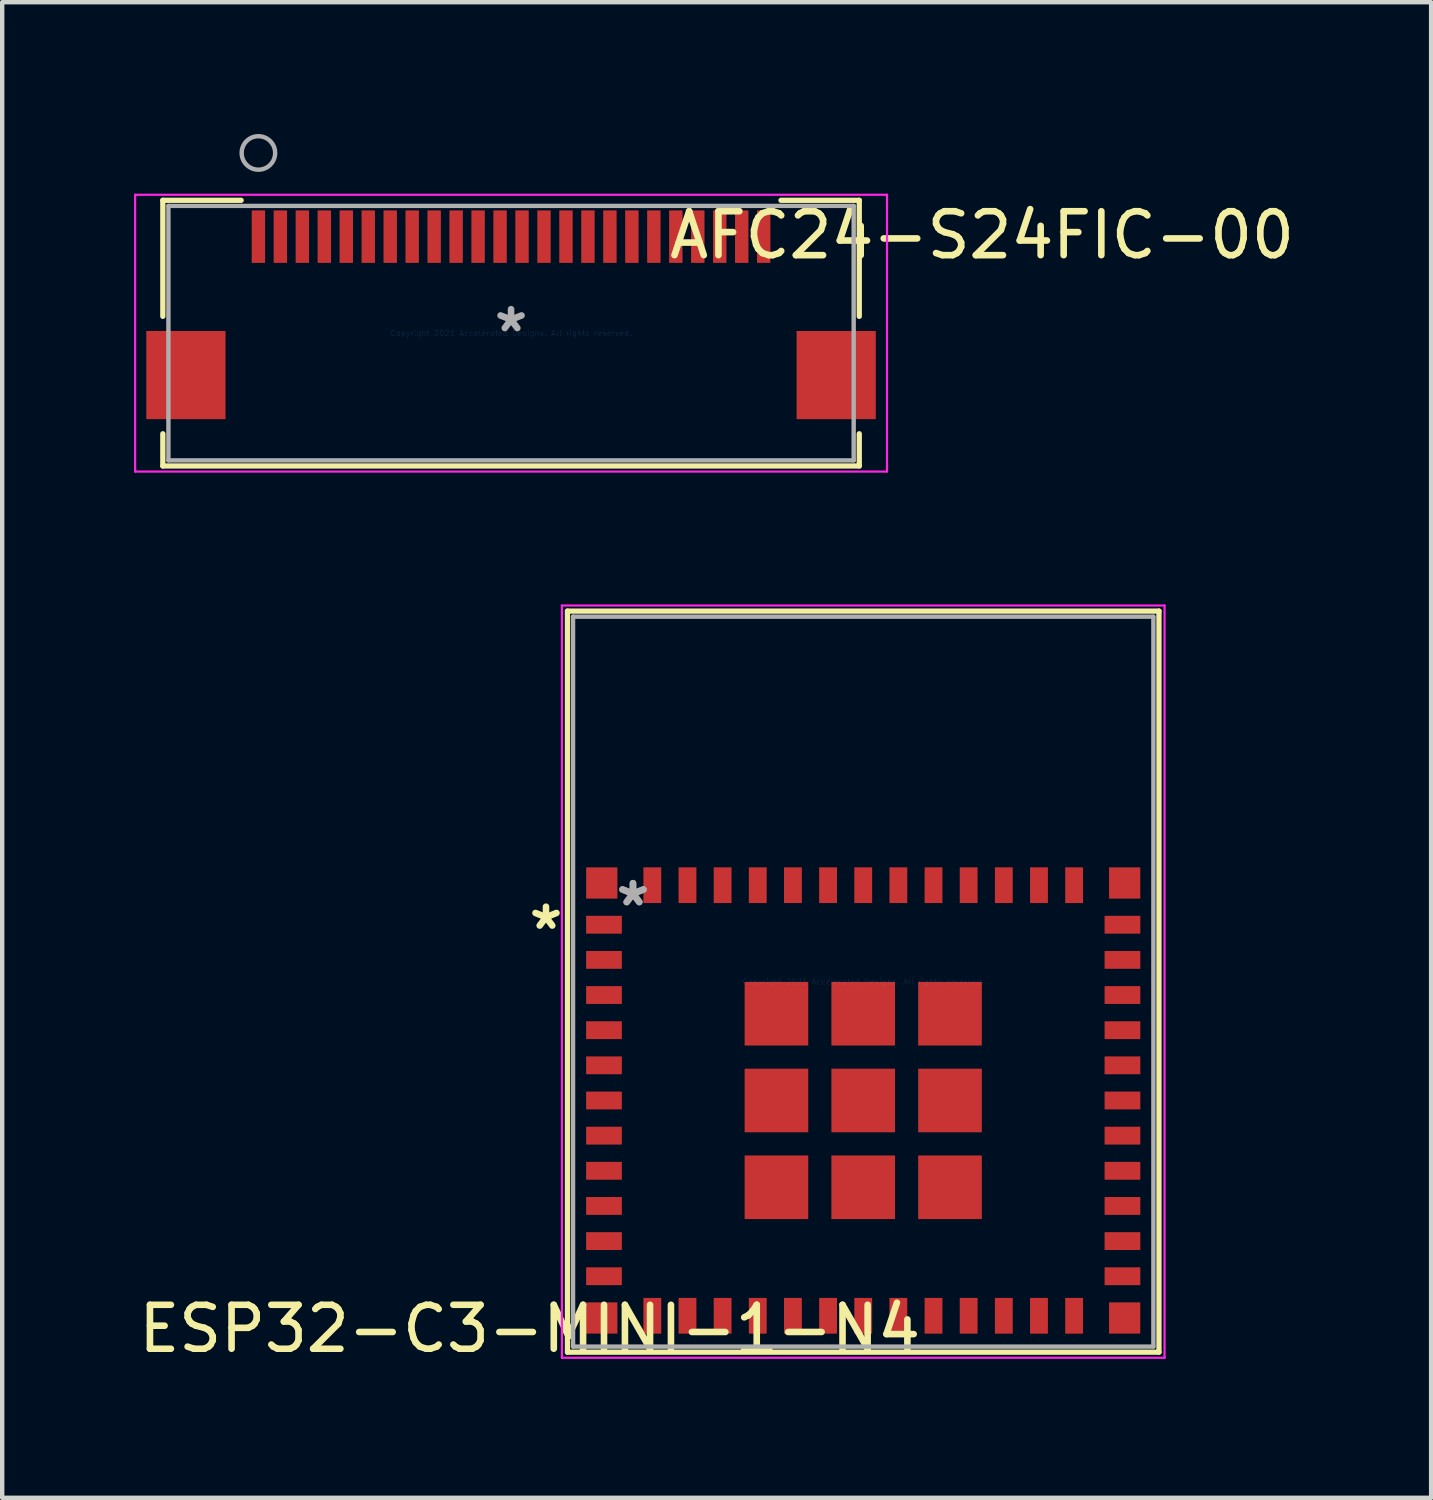
<source format=kicad_pcb>
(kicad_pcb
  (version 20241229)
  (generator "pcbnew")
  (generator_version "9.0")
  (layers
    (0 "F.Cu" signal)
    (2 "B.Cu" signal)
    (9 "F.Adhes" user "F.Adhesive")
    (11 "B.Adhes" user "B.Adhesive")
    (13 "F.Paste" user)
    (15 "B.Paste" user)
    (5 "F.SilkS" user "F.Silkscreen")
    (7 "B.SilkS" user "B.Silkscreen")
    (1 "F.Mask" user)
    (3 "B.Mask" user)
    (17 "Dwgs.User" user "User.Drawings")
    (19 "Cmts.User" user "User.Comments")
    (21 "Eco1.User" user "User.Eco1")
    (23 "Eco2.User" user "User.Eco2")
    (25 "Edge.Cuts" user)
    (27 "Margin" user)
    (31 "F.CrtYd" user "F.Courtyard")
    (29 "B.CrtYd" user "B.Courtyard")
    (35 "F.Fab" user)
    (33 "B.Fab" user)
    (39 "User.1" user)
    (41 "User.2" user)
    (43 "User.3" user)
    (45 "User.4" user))
  (footprint "ESP32-C3-MINI-1-N4"
    (layer "F.Cu")
    (at 16.596 19.291)
    (property "Reference" "ESP32-C3-MINI-1-N4" (at -7.59 7.9 0) (layer "F.SilkS") (effects (font (size 1 1) (thickness 0.15))))
    (attr smd)
    (fp_line (start -6.731 -8.433) (end 6.731 -8.433) (stroke (width 0.12) (type solid)) (layer "F.SilkS"))
    (fp_line (start -6.731 8.433) (end -6.731 -8.433) (stroke (width 0.12) (type solid)) (layer "F.SilkS"))
    (fp_line (start 6.731 -8.433) (end 6.731 8.433) (stroke (width 0.12) (type solid)) (layer "F.SilkS"))
    (fp_line (start 6.731 8.433) (end -6.731 8.433) (stroke (width 0.12) (type solid)) (layer "F.SilkS"))
    (fp_line (start -6.858 -8.56) (end -6.858 8.56) (stroke (width 0.05) (type solid)) (layer "F.CrtYd"))
    (fp_line (start -6.858 8.56) (end 6.858 8.56) (stroke (width 0.05) (type solid)) (layer "F.CrtYd"))
    (fp_line (start 6.858 -8.56) (end -6.858 -8.56) (stroke (width 0.05) (type solid)) (layer "F.CrtYd"))
    (fp_line (start 6.858 8.56) (end 6.858 -8.56) (stroke (width 0.05) (type solid)) (layer "F.CrtYd"))
    (fp_line (start -6.604 -8.306) (end -6.604 8.306) (stroke (width 0.1) (type solid)) (layer "F.Fab"))
    (fp_line (start -6.604 8.306) (end 6.604 8.306) (stroke (width 0.1) (type solid)) (layer "F.Fab"))
    (fp_line (start 6.604 -8.306) (end -6.604 -8.306) (stroke (width 0.1) (type solid)) (layer "F.Fab"))
    (fp_line (start 6.604 8.306) (end 6.604 -8.306) (stroke (width 0.1) (type solid)) (layer "F.Fab"))
    (fp_text user "*" (at -7.22 -1.16 0) (layer "F.SilkS") (effects (font (size 1 1) (thickness 0.15))))
    (fp_text user "Copyright 2021 Accelerated Designs. All rights reserved." (at 0 0 0) (layer "Cmts.User") (effects (font (size 0.127 0.127) (thickness 0.002))))
    (fp_text user "*" (at -5.24 -1.695 0) (layer "F.Fab") (effects (font (size 1 1) (thickness 0.15))))
    (fp_text user "*" (at -5.24 -1.695 0) (layer "F.Fab") (effects (font (size 1 1) (thickness 0.15))))
    (pad "1" smd rect (at -5.9 -1.295 90) (size 0.406 0.813) (layers "F.Cu" "F.Mask" "F.Paste"))
    (pad "2" smd rect (at -5.9 -0.495 90) (size 0.406 0.813) (layers "F.Cu" "F.Mask" "F.Paste"))
    (pad "3" smd rect (at -5.9 0.305 90) (size 0.406 0.813) (layers "F.Cu" "F.Mask" "F.Paste"))
    (pad "4" smd rect (at -5.9 1.105 90) (size 0.406 0.813) (layers "F.Cu" "F.Mask" "F.Paste"))
    (pad "5" smd rect (at -5.9 1.905 90) (size 0.406 0.813) (layers "F.Cu" "F.Mask" "F.Paste"))
    (pad "6" smd rect (at -5.9 2.705 90) (size 0.406 0.813) (layers "F.Cu" "F.Mask" "F.Paste"))
    (pad "7" smd rect (at -5.9 3.505 90) (size 0.406 0.813) (layers "F.Cu" "F.Mask" "F.Paste"))
    (pad "8" smd rect (at -5.9 4.305 90) (size 0.406 0.813) (layers "F.Cu" "F.Mask" "F.Paste"))
    (pad "9" smd rect (at -5.9 5.105 90) (size 0.406 0.813) (layers "F.Cu" "F.Mask" "F.Paste"))
    (pad "10" smd rect (at -5.9 5.905 90) (size 0.406 0.813) (layers "F.Cu" "F.Mask" "F.Paste"))
    (pad "11" smd rect (at -5.9 6.705 90) (size 0.406 0.813) (layers "F.Cu" "F.Mask" "F.Paste"))
    (pad "12" smd rect (at -4.8 7.605) (size 0.406 0.813) (layers "F.Cu" "F.Mask" "F.Paste"))
    (pad "13" smd rect (at -4 7.605) (size 0.406 0.813) (layers "F.Cu" "F.Mask" "F.Paste"))
    (pad "14" smd rect (at -3.2 7.605) (size 0.406 0.813) (layers "F.Cu" "F.Mask" "F.Paste"))
    (pad "15" smd rect (at -2.4 7.605) (size 0.406 0.813) (layers "F.Cu" "F.Mask" "F.Paste"))
    (pad "16" smd rect (at -1.6 7.605) (size 0.406 0.813) (layers "F.Cu" "F.Mask" "F.Paste"))
    (pad "17" smd rect (at -0.8 7.605) (size 0.406 0.813) (layers "F.Cu" "F.Mask" "F.Paste"))
    (pad "18" smd rect (at 0 7.605) (size 0.406 0.813) (layers "F.Cu" "F.Mask" "F.Paste"))
    (pad "19" smd rect (at 0.8 7.605) (size 0.406 0.813) (layers "F.Cu" "F.Mask" "F.Paste"))
    (pad "20" smd rect (at 1.6 7.605) (size 0.406 0.813) (layers "F.Cu" "F.Mask" "F.Paste"))
    (pad "21" smd rect (at 2.4 7.605) (size 0.406 0.813) (layers "F.Cu" "F.Mask" "F.Paste"))
    (pad "22" smd rect (at 3.2 7.605) (size 0.406 0.813) (layers "F.Cu" "F.Mask" "F.Paste"))
    (pad "23" smd rect (at 4 7.605) (size 0.406 0.813) (layers "F.Cu" "F.Mask" "F.Paste"))
    (pad "24" smd rect (at 4.8 7.605) (size 0.406 0.813) (layers "F.Cu" "F.Mask" "F.Paste"))
    (pad "25" smd rect (at 5.9 6.705 90) (size 0.406 0.813) (layers "F.Cu" "F.Mask" "F.Paste"))
    (pad "26" smd rect (at 5.9 5.905 90) (size 0.406 0.813) (layers "F.Cu" "F.Mask" "F.Paste"))
    (pad "27" smd rect (at 5.9 5.105 90) (size 0.406 0.813) (layers "F.Cu" "F.Mask" "F.Paste"))
    (pad "28" smd rect (at 5.9 4.305 90) (size 0.406 0.813) (layers "F.Cu" "F.Mask" "F.Paste"))
    (pad "29" smd rect (at 5.9 3.505 90) (size 0.406 0.813) (layers "F.Cu" "F.Mask" "F.Paste"))
    (pad "30" smd rect (at 5.9 2.705 90) (size 0.406 0.813) (layers "F.Cu" "F.Mask" "F.Paste"))
    (pad "31" smd rect (at 5.9 1.905 90) (size 0.406 0.813) (layers "F.Cu" "F.Mask" "F.Paste"))
    (pad "32" smd rect (at 5.9 1.105 90) (size 0.406 0.813) (layers "F.Cu" "F.Mask" "F.Paste"))
    (pad "33" smd rect (at 5.9 0.305 90) (size 0.406 0.813) (layers "F.Cu" "F.Mask" "F.Paste"))
    (pad "34" smd rect (at 5.9 -0.495 90) (size 0.406 0.813) (layers "F.Cu" "F.Mask" "F.Paste"))
    (pad "35" smd rect (at 5.9 -1.295 90) (size 0.406 0.813) (layers "F.Cu" "F.Mask" "F.Paste"))
    (pad "36" smd rect (at 4.8 -2.195) (size 0.406 0.813) (layers "F.Cu" "F.Mask" "F.Paste"))
    (pad "37" smd rect (at 4 -2.195) (size 0.406 0.813) (layers "F.Cu" "F.Mask" "F.Paste"))
    (pad "38" smd rect (at 3.2 -2.195) (size 0.406 0.813) (layers "F.Cu" "F.Mask" "F.Paste"))
    (pad "39" smd rect (at 2.4 -2.195) (size 0.406 0.813) (layers "F.Cu" "F.Mask" "F.Paste"))
    (pad "40" smd rect (at 1.6 -2.195) (size 0.406 0.813) (layers "F.Cu" "F.Mask" "F.Paste"))
    (pad "41" smd rect (at 0.8 -2.195) (size 0.406 0.813) (layers "F.Cu" "F.Mask" "F.Paste"))
    (pad "42" smd rect (at 0 -2.195) (size 0.406 0.813) (layers "F.Cu" "F.Mask" "F.Paste"))
    (pad "43" smd rect (at -0.8 -2.195) (size 0.406 0.813) (layers "F.Cu" "F.Mask" "F.Paste"))
    (pad "44" smd rect (at -1.6 -2.195) (size 0.406 0.813) (layers "F.Cu" "F.Mask" "F.Paste"))
    (pad "45" smd rect (at -2.4 -2.195) (size 0.406 0.813) (layers "F.Cu" "F.Mask" "F.Paste"))
    (pad "46" smd rect (at -3.2 -2.195) (size 0.406 0.813) (layers "F.Cu" "F.Mask" "F.Paste"))
    (pad "47" smd rect (at -4 -2.195) (size 0.406 0.813) (layers "F.Cu" "F.Mask" "F.Paste"))
    (pad "48" smd rect (at -4.8 -2.195) (size 0.406 0.813) (layers "F.Cu" "F.Mask" "F.Paste"))
    (pad "49" smd rect (at 0 2.705 90) (size 1.448 1.448) (layers "F.Cu" "F.Mask" "F.Paste"))
    (pad "50" smd rect (at 5.95 -2.245 90) (size 0.711 0.711) (layers "F.Cu" "F.Mask" "F.Paste"))
    (pad "51" smd rect (at 5.95 7.655 90) (size 0.711 0.711) (layers "F.Cu" "F.Mask" "F.Paste"))
    (pad "52" smd rect (at -5.95 7.655 90) (size 0.711 0.711) (layers "F.Cu" "F.Mask" "F.Paste"))
    (pad "53" smd rect (at -5.95 -2.245 90) (size 0.711 0.711) (layers "F.Cu" "F.Mask" "F.Paste"))
    (pad "54" smd rect (at 1.975 0.73 90) (size 1.448 1.448) (layers "F.Cu" "F.Mask" "F.Paste"))
    (pad "55" smd rect (at 1.975 2.705 90) (size 1.448 1.448) (layers "F.Cu" "F.Mask" "F.Paste"))
    (pad "56" smd rect (at 1.975 4.68 90) (size 1.448 1.448) (layers "F.Cu" "F.Mask" "F.Paste"))
    (pad "57" smd rect (at 0 4.68 90) (size 1.448 1.448) (layers "F.Cu" "F.Mask" "F.Paste"))
    (pad "58" smd rect (at -1.975 4.68 90) (size 1.448 1.448) (layers "F.Cu" "F.Mask" "F.Paste"))
    (pad "59" smd rect (at -1.975 2.705 90) (size 1.448 1.448) (layers "F.Cu" "F.Mask" "F.Paste"))
    (pad "60" smd rect (at -1.975 0.73 90) (size 1.448 1.448) (layers "F.Cu" "F.Mask" "F.Paste"))
    (pad "61" smd rect (at 0 0.73 90) (size 1.448 1.448) (layers "F.Cu" "F.Mask" "F.Paste")))
  (footprint "AFC24-S24FIC-00"
    (layer "F.Cu")
    (at 8.581 4.532)
    (property "Reference" "AFC24-S24FIC-00" (at 10.72 -2.23 180) (layer "F.SilkS") (effects (font (size 1 1) (thickness 0.15))))
    (attr smd)
    (fp_line (start -7.925 -3.023) (end -7.925 -0.382) (stroke (width 0.12) (type solid)) (layer "F.SilkS"))
    (fp_line (start -7.925 2.29) (end -7.925 3.023) (stroke (width 0.12) (type solid)) (layer "F.SilkS"))
    (fp_line (start -7.925 3.023) (end 7.925 3.023) (stroke (width 0.12) (type solid)) (layer "F.SilkS"))
    (fp_line (start -6.143 -3.023) (end -7.925 -3.023) (stroke (width 0.12) (type solid)) (layer "F.SilkS"))
    (fp_line (start 7.925 -3.023) (end 6.143 -3.023) (stroke (width 0.12) (type solid)) (layer "F.SilkS"))
    (fp_line (start 7.925 -0.382) (end 7.925 -3.023) (stroke (width 0.12) (type solid)) (layer "F.SilkS"))
    (fp_line (start 7.925 3.023) (end 7.925 2.29) (stroke (width 0.12) (type solid)) (layer "F.SilkS"))
    (fp_line (start -8.556 -3.15) (end -8.556 3.15) (stroke (width 0.05) (type solid)) (layer "F.CrtYd"))
    (fp_line (start -8.556 3.15) (end 8.556 3.15) (stroke (width 0.05) (type solid)) (layer "F.CrtYd"))
    (fp_line (start 8.556 -3.15) (end -8.556 -3.15) (stroke (width 0.05) (type solid)) (layer "F.CrtYd"))
    (fp_line (start 8.556 3.15) (end 8.556 -3.15) (stroke (width 0.05) (type solid)) (layer "F.CrtYd"))
    (fp_line (start -7.798 -2.896) (end -7.798 2.896) (stroke (width 0.1) (type solid)) (layer "F.Fab"))
    (fp_line (start -7.798 2.896) (end 7.798 2.896) (stroke (width 0.1) (type solid)) (layer "F.Fab"))
    (fp_line (start 7.798 -2.896) (end -7.798 -2.896) (stroke (width 0.1) (type solid)) (layer "F.Fab"))
    (fp_line (start 7.798 2.896) (end 7.798 -2.896) (stroke (width 0.1) (type solid)) (layer "F.Fab"))
    (fp_circle (center -5.75 -4.101) (end -5.369 -4.101) (stroke (width 0.1) (type solid)) (fill no) (layer "F.Fab"))
    (fp_text user "Copyright 2021 Accelerated Designs. All rights reserved." (at 0 0 0) (layer "Cmts.User") (effects (font (size 0.127 0.127) (thickness 0.002))))
    (fp_text user "*" (at 0 0 0) (layer "F.Fab") (effects (font (size 1 1) (thickness 0.15))))
    (pad "1" smd rect (at -5.75 -2.196) (size 0.305 1.194) (layers "F.Cu" "F.Mask" "F.Paste"))
    (pad "2" smd rect (at -5.25 -2.196) (size 0.305 1.194) (layers "F.Cu" "F.Mask" "F.Paste"))
    (pad "3" smd rect (at -4.75 -2.196) (size 0.305 1.194) (layers "F.Cu" "F.Mask" "F.Paste"))
    (pad "4" smd rect (at -4.25 -2.196) (size 0.305 1.194) (layers "F.Cu" "F.Mask" "F.Paste"))
    (pad "5" smd rect (at -3.75 -2.196) (size 0.305 1.194) (layers "F.Cu" "F.Mask" "F.Paste"))
    (pad "6" smd rect (at -3.25 -2.196) (size 0.305 1.194) (layers "F.Cu" "F.Mask" "F.Paste"))
    (pad "7" smd rect (at -2.75 -2.196) (size 0.305 1.194) (layers "F.Cu" "F.Mask" "F.Paste"))
    (pad "8" smd rect (at -2.25 -2.196) (size 0.305 1.194) (layers "F.Cu" "F.Mask" "F.Paste"))
    (pad "9" smd rect (at -1.75 -2.196) (size 0.305 1.194) (layers "F.Cu" "F.Mask" "F.Paste"))
    (pad "10" smd rect (at -1.25 -2.196) (size 0.305 1.194) (layers "F.Cu" "F.Mask" "F.Paste"))
    (pad "11" smd rect (at -0.75 -2.196) (size 0.305 1.194) (layers "F.Cu" "F.Mask" "F.Paste"))
    (pad "12" smd rect (at -0.25 -2.196) (size 0.305 1.194) (layers "F.Cu" "F.Mask" "F.Paste"))
    (pad "13" smd rect (at 0.25 -2.196) (size 0.305 1.194) (layers "F.Cu" "F.Mask" "F.Paste"))
    (pad "14" smd rect (at 0.75 -2.196) (size 0.305 1.194) (layers "F.Cu" "F.Mask" "F.Paste"))
    (pad "15" smd rect (at 1.25 -2.196) (size 0.305 1.194) (layers "F.Cu" "F.Mask" "F.Paste"))
    (pad "16" smd rect (at 1.75 -2.196) (size 0.305 1.194) (layers "F.Cu" "F.Mask" "F.Paste"))
    (pad "17" smd rect (at 2.25 -2.196) (size 0.305 1.194) (layers "F.Cu" "F.Mask" "F.Paste"))
    (pad "18" smd rect (at 2.75 -2.196) (size 0.305 1.194) (layers "F.Cu" "F.Mask" "F.Paste"))
    (pad "19" smd rect (at 3.25 -2.196) (size 0.305 1.194) (layers "F.Cu" "F.Mask" "F.Paste"))
    (pad "20" smd rect (at 3.75 -2.196) (size 0.305 1.194) (layers "F.Cu" "F.Mask" "F.Paste"))
    (pad "21" smd rect (at 4.25 -2.196) (size 0.305 1.194) (layers "F.Cu" "F.Mask" "F.Paste"))
    (pad "22" smd rect (at 4.75 -2.196) (size 0.305 1.194) (layers "F.Cu" "F.Mask" "F.Paste"))
    (pad "23" smd rect (at 5.25 -2.196) (size 0.305 1.194) (layers "F.Cu" "F.Mask" "F.Paste"))
    (pad "24" smd rect (at 5.75 -2.196) (size 0.305 1.194) (layers "F.Cu" "F.Mask" "F.Paste"))
    (pad "25" smd rect (at -7.4 0.954) (size 1.803 2.007) (layers "F.Cu" "F.Mask" "F.Paste"))
    (pad "26" smd rect (at 7.4 0.954) (size 1.803 2.007) (layers "F.Cu" "F.Mask" "F.Paste")))
  (gr_rect
    (start -3 -3)
    (end 29.521 31.039)
    (stroke (width 0.1) (type default))
    (fill no)
    (layer "Edge.Cuts")))
</source>
